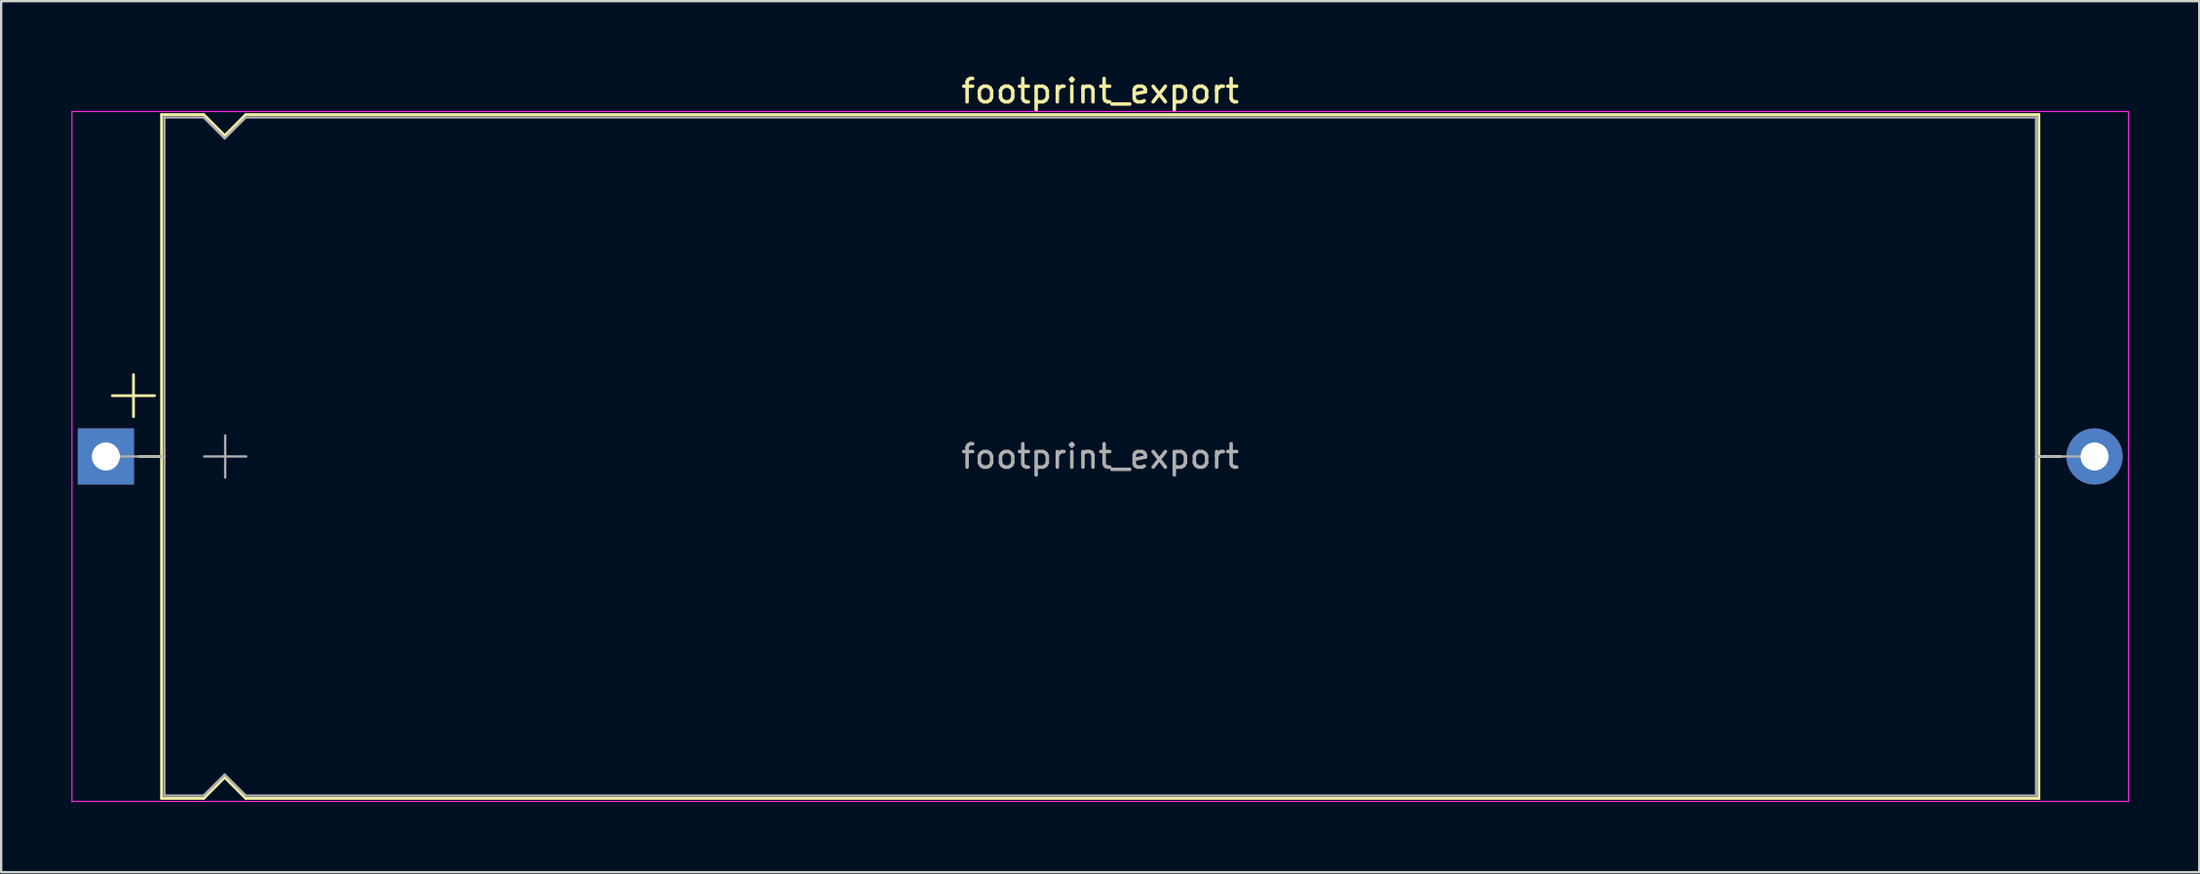
<source format=kicad_pcb>
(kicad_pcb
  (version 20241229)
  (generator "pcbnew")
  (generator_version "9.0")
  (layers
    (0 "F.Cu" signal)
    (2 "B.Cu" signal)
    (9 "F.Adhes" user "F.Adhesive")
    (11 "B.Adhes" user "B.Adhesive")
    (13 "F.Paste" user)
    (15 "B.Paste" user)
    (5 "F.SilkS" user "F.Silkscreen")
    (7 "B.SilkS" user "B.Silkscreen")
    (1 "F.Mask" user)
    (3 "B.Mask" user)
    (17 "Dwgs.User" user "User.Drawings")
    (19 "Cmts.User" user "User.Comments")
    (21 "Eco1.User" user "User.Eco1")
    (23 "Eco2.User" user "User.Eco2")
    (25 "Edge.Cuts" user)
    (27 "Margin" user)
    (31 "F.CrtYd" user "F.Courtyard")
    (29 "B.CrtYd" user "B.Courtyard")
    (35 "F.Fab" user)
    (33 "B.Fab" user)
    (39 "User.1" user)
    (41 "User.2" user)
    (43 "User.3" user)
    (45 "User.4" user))
  (footprint "footprint_export"
    (layer "F.Cu")
    (at 1.475 16.468)
    (property "Reference" "footprint_export" (at 42.5 -15.62 0) (layer "F.SilkS") (effects (font (size 1 1) (thickness 0.15))))
    (attr through_hole)
    (fp_line (start 0.28 -2.6) (end 2.08 -2.6) (stroke (width 0.12) (type solid)) (layer "F.SilkS"))
    (fp_line (start 1.18 -3.5) (end 1.18 -1.7) (stroke (width 0.12) (type solid)) (layer "F.SilkS"))
    (fp_line (start 1.44 0) (end 2.38 0) (stroke (width 0.12) (type solid)) (layer "F.SilkS"))
    (fp_line (start 2.38 -14.62) (end 2.38 14.62) (stroke (width 0.12) (type solid)) (layer "F.SilkS"))
    (fp_line (start 2.38 -14.62) (end 4.18 -14.62) (stroke (width 0.12) (type solid)) (layer "F.SilkS"))
    (fp_line (start 2.38 14.62) (end 4.18 14.62) (stroke (width 0.12) (type solid)) (layer "F.SilkS"))
    (fp_line (start 4.18 -14.62) (end 5.08 -13.72) (stroke (width 0.12) (type solid)) (layer "F.SilkS"))
    (fp_line (start 4.18 14.62) (end 5.08 13.72) (stroke (width 0.12) (type solid)) (layer "F.SilkS"))
    (fp_line (start 5.08 -13.72) (end 5.98 -14.62) (stroke (width 0.12) (type solid)) (layer "F.SilkS"))
    (fp_line (start 5.08 13.72) (end 5.98 14.62) (stroke (width 0.12) (type solid)) (layer "F.SilkS"))
    (fp_line (start 5.98 -14.62) (end 82.62 -14.62) (stroke (width 0.12) (type solid)) (layer "F.SilkS"))
    (fp_line (start 5.98 14.62) (end 82.62 14.62) (stroke (width 0.12) (type solid)) (layer "F.SilkS"))
    (fp_line (start 82.62 -14.62) (end 82.62 14.62) (stroke (width 0.12) (type solid)) (layer "F.SilkS"))
    (fp_line (start 83.56 0) (end 82.62 0) (stroke (width 0.12) (type solid)) (layer "F.SilkS"))
    (fp_line (start -1.45 -14.75) (end -1.45 14.75) (stroke (width 0.05) (type solid)) (layer "F.CrtYd"))
    (fp_line (start -1.45 14.75) (end 86.45 14.75) (stroke (width 0.05) (type solid)) (layer "F.CrtYd"))
    (fp_line (start 86.45 -14.75) (end -1.45 -14.75) (stroke (width 0.05) (type solid)) (layer "F.CrtYd"))
    (fp_line (start 86.45 14.75) (end 86.45 -14.75) (stroke (width 0.05) (type solid)) (layer "F.CrtYd"))
    (fp_line (start 0 0) (end 2.5 0) (stroke (width 0.1) (type solid)) (layer "F.Fab"))
    (fp_line (start 2.5 -14.5) (end 2.5 14.5) (stroke (width 0.1) (type solid)) (layer "F.Fab"))
    (fp_line (start 2.5 -14.5) (end 4.18 -14.5) (stroke (width 0.1) (type solid)) (layer "F.Fab"))
    (fp_line (start 2.5 14.5) (end 4.18 14.5) (stroke (width 0.1) (type solid)) (layer "F.Fab"))
    (fp_line (start 4.18 -14.5) (end 5.08 -13.6) (stroke (width 0.1) (type solid)) (layer "F.Fab"))
    (fp_line (start 4.18 14.5) (end 5.08 13.6) (stroke (width 0.1) (type solid)) (layer "F.Fab"))
    (fp_line (start 4.2 0) (end 6 0) (stroke (width 0.1) (type solid)) (layer "F.Fab"))
    (fp_line (start 5.08 -13.6) (end 5.98 -14.5) (stroke (width 0.1) (type solid)) (layer "F.Fab"))
    (fp_line (start 5.08 13.6) (end 5.98 14.5) (stroke (width 0.1) (type solid)) (layer "F.Fab"))
    (fp_line (start 5.1 -0.9) (end 5.1 0.9) (stroke (width 0.1) (type solid)) (layer "F.Fab"))
    (fp_line (start 5.98 -14.5) (end 82.5 -14.5) (stroke (width 0.1) (type solid)) (layer "F.Fab"))
    (fp_line (start 5.98 14.5) (end 82.5 14.5) (stroke (width 0.1) (type solid)) (layer "F.Fab"))
    (fp_line (start 82.5 -14.5) (end 82.5 14.5) (stroke (width 0.1) (type solid)) (layer "F.Fab"))
    (fp_line (start 85 0) (end 82.5 0) (stroke (width 0.1) (type solid)) (layer "F.Fab"))
    (fp_text user "${REFERENCE}" (at 42.5 0 0) (layer "F.Fab") (effects (font (size 1 1) (thickness 0.15))))
    (pad "1" thru_hole rect (at 0 0) (size 2.4 2.4) (drill 1.2) (layers "*.Cu" "*.Mask"))
    (pad "2" thru_hole oval (at 85 0) (size 2.4 2.4) (drill 1.2) (layers "*.Cu" "*.Mask")))
  (gr_rect
    (start -3 -3)
    (end 90.95 34.243)
    (stroke (width 0.1) (type default))
    (fill no)
    (layer "Edge.Cuts")))
</source>
